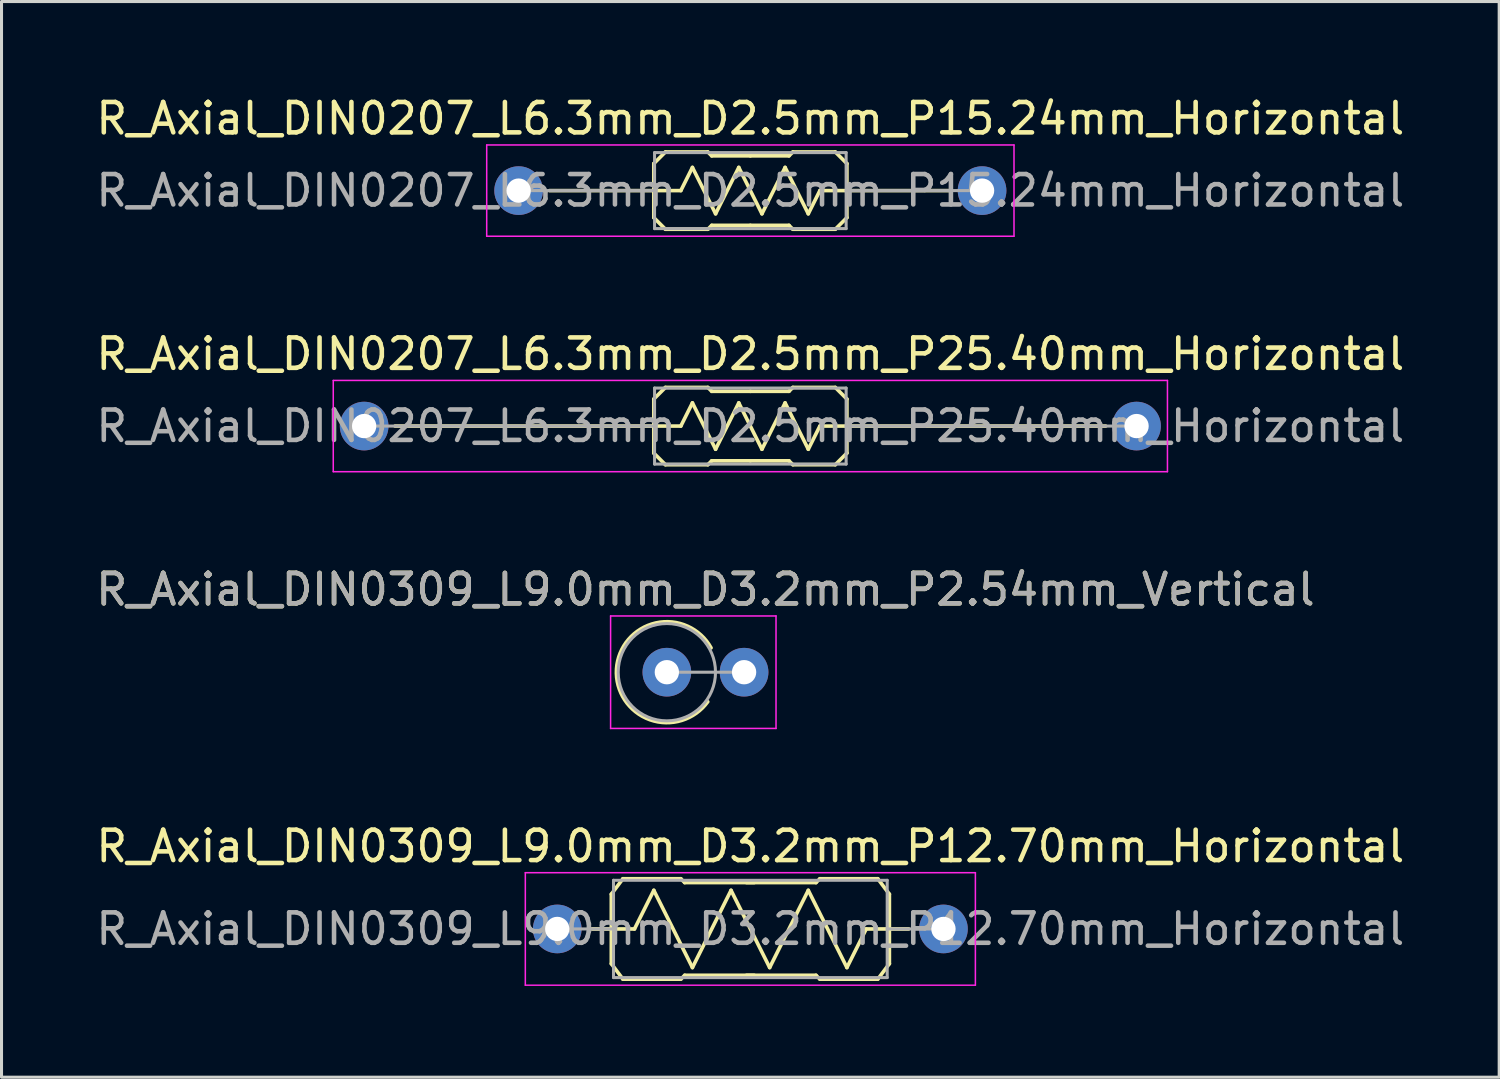
<source format=kicad_pcb>
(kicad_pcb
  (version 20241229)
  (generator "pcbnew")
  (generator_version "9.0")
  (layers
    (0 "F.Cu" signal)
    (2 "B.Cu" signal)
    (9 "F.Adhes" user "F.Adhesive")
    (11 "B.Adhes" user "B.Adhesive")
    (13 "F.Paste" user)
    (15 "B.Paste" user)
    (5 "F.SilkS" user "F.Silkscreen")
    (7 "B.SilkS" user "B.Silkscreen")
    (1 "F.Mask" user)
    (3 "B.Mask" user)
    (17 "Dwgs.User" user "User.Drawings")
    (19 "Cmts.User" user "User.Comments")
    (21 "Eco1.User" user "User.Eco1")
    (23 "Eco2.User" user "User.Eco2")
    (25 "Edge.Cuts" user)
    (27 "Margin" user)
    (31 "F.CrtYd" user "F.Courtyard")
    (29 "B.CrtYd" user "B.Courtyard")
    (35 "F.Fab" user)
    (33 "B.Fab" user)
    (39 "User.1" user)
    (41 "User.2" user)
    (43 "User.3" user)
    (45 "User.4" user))
  (footprint "R_Axial_DIN0309_L9.0mm_D3.2mm_P12.70mm_Horizontal"
    (layer "F.Cu")
    (at 15.275 27.498)
    (property "Reference" "R_Axial_DIN0309_L9.0mm_D3.2mm_P12.70mm_Horizontal" (at 6.35 -2.72 0) (layer "F.SilkS") (effects (font (size 1 1) (thickness 0.15))))
    (attr through_hole)
    (fp_line (start 1.778 -1.143) (end 2.159 -1.651) (stroke (width 0.12) (type solid)) (layer "F.SilkS"))
    (fp_line (start 1.778 0) (end 1.143 0) (stroke (width 0.12) (type solid)) (layer "F.SilkS"))
    (fp_line (start 1.778 1.143) (end 1.778 -1.143) (stroke (width 0.12) (type solid)) (layer "F.SilkS"))
    (fp_line (start 1.778 1.143) (end 2.159 1.651) (stroke (width 0.12) (type solid)) (layer "F.SilkS"))
    (fp_line (start 2.159 -1.651) (end 4.064 -1.651) (stroke (width 0.12) (type solid)) (layer "F.SilkS"))
    (fp_line (start 2.159 1.651) (end 4.064 1.651) (stroke (width 0.12) (type solid)) (layer "F.SilkS"))
    (fp_line (start 2.54 0) (end 1.778 0) (stroke (width 0.12) (type solid)) (layer "F.SilkS"))
    (fp_line (start 2.54 0) (end 3.175 -1.27) (stroke (width 0.12) (type solid)) (layer "F.SilkS"))
    (fp_line (start 3.175 -1.27) (end 4.445 1.27) (stroke (width 0.12) (type solid)) (layer "F.SilkS"))
    (fp_line (start 4.064 -1.651) (end 4.191 -1.524) (stroke (width 0.12) (type solid)) (layer "F.SilkS"))
    (fp_line (start 4.064 1.651) (end 4.191 1.524) (stroke (width 0.12) (type solid)) (layer "F.SilkS"))
    (fp_line (start 4.191 -1.524) (end 6.477 -1.524) (stroke (width 0.12) (type solid)) (layer "F.SilkS"))
    (fp_line (start 4.191 1.524) (end 6.477 1.524) (stroke (width 0.12) (type solid)) (layer "F.SilkS"))
    (fp_line (start 4.445 1.27) (end 5.715 -1.27) (stroke (width 0.12) (type solid)) (layer "F.SilkS"))
    (fp_line (start 5.715 -1.27) (end 6.985 1.27) (stroke (width 0.12) (type solid)) (layer "F.SilkS"))
    (fp_line (start 6.985 1.27) (end 8.255 -1.27) (stroke (width 0.12) (type solid)) (layer "F.SilkS"))
    (fp_line (start 8.255 -1.27) (end 9.525 1.27) (stroke (width 0.12) (type solid)) (layer "F.SilkS"))
    (fp_line (start 8.509 -1.524) (end 6.223 -1.524) (stroke (width 0.12) (type solid)) (layer "F.SilkS"))
    (fp_line (start 8.509 1.524) (end 6.223 1.524) (stroke (width 0.12) (type solid)) (layer "F.SilkS"))
    (fp_line (start 8.636 -1.651) (end 8.509 -1.524) (stroke (width 0.12) (type solid)) (layer "F.SilkS"))
    (fp_line (start 8.636 1.651) (end 8.509 1.524) (stroke (width 0.12) (type solid)) (layer "F.SilkS"))
    (fp_line (start 9.525 1.27) (end 10.16 0) (stroke (width 0.12) (type solid)) (layer "F.SilkS"))
    (fp_line (start 10.16 0) (end 10.922 0) (stroke (width 0.12) (type solid)) (layer "F.SilkS"))
    (fp_line (start 10.541 -1.651) (end 8.636 -1.651) (stroke (width 0.12) (type solid)) (layer "F.SilkS"))
    (fp_line (start 10.541 1.651) (end 8.636 1.651) (stroke (width 0.12) (type solid)) (layer "F.SilkS"))
    (fp_line (start 10.922 -1.143) (end 10.541 -1.651) (stroke (width 0.12) (type solid)) (layer "F.SilkS"))
    (fp_line (start 10.922 0) (end 11.557 0) (stroke (width 0.12) (type solid)) (layer "F.SilkS"))
    (fp_line (start 10.922 1.143) (end 10.541 1.651) (stroke (width 0.12) (type solid)) (layer "F.SilkS"))
    (fp_line (start 10.922 1.143) (end 10.922 -1.143) (stroke (width 0.12) (type solid)) (layer "F.SilkS"))
    (fp_line (start -1.05 -1.85) (end -1.05 1.85) (stroke (width 0.05) (type solid)) (layer "F.CrtYd"))
    (fp_line (start -1.05 1.85) (end 13.75 1.85) (stroke (width 0.05) (type solid)) (layer "F.CrtYd"))
    (fp_line (start 13.75 -1.85) (end -1.05 -1.85) (stroke (width 0.05) (type solid)) (layer "F.CrtYd"))
    (fp_line (start 13.75 1.85) (end 13.75 -1.85) (stroke (width 0.05) (type solid)) (layer "F.CrtYd"))
    (fp_line (start 0 0) (end 1.85 0) (stroke (width 0.1) (type solid)) (layer "F.Fab"))
    (fp_line (start 1.85 -1.6) (end 1.85 1.6) (stroke (width 0.1) (type solid)) (layer "F.Fab"))
    (fp_line (start 1.85 1.6) (end 10.85 1.6) (stroke (width 0.1) (type solid)) (layer "F.Fab"))
    (fp_line (start 10.85 -1.6) (end 1.85 -1.6) (stroke (width 0.1) (type solid)) (layer "F.Fab"))
    (fp_line (start 10.85 1.6) (end 10.85 -1.6) (stroke (width 0.1) (type solid)) (layer "F.Fab"))
    (fp_line (start 12.7 0) (end 10.85 0) (stroke (width 0.1) (type solid)) (layer "F.Fab"))
    (fp_text user "${REFERENCE}" (at 6.35 0 0) (layer "F.Fab") (effects (font (size 1 1) (thickness 0.15))))
    (pad "1" thru_hole circle (at 0 0) (size 1.6 1.6) (drill 0.8) (layers "*.Cu" "*.Mask"))
    (pad "2" thru_hole oval (at 12.7 0) (size 1.6 1.6) (drill 0.8) (layers "*.Cu" "*.Mask")))
  (footprint "R_Axial_DIN0207_L6.3mm_D2.5mm_P25.40mm_Horizontal"
    (layer "F.Cu")
    (at 11.465 10.961)
    (property "Reference" "R_Axial_DIN0207_L6.3mm_D2.5mm_P25.40mm_Horizontal" (at 10.16 -2.37 0) (layer "F.SilkS") (effects (font (size 1 1) (thickness 0.15))))
    (attr through_hole)
    (fp_line (start 6.985 -0.889) (end 6.985 0.889) (stroke (width 0.12) (type solid)) (layer "F.SilkS"))
    (fp_line (start 6.985 -0.889) (end 7.366 -1.27) (stroke (width 0.12) (type solid)) (layer "F.SilkS"))
    (fp_line (start 6.985 0) (end -1.524 0) (stroke (width 0.12) (type solid)) (layer "F.SilkS"))
    (fp_line (start 6.985 0.889) (end 7.366 1.27) (stroke (width 0.12) (type solid)) (layer "F.SilkS"))
    (fp_line (start 7.366 -1.27) (end 8.763 -1.27) (stroke (width 0.12) (type solid)) (layer "F.SilkS"))
    (fp_line (start 7.366 1.27) (end 8.763 1.27) (stroke (width 0.12) (type solid)) (layer "F.SilkS"))
    (fp_line (start 7.874 0) (end 6.985 0) (stroke (width 0.12) (type solid)) (layer "F.SilkS"))
    (fp_line (start 7.874 0) (end 8.255 -0.762) (stroke (width 0.12) (type solid)) (layer "F.SilkS"))
    (fp_line (start 8.255 -0.762) (end 9.017 0.762) (stroke (width 0.12) (type solid)) (layer "F.SilkS"))
    (fp_line (start 8.763 -1.27) (end 8.89 -1.143) (stroke (width 0.12) (type solid)) (layer "F.SilkS"))
    (fp_line (start 8.763 1.27) (end 8.89 1.143) (stroke (width 0.12) (type solid)) (layer "F.SilkS"))
    (fp_line (start 8.89 -1.143) (end 10.16 -1.143) (stroke (width 0.12) (type solid)) (layer "F.SilkS"))
    (fp_line (start 8.89 1.143) (end 10.16 1.143) (stroke (width 0.12) (type solid)) (layer "F.SilkS"))
    (fp_line (start 9.017 0.762) (end 9.779 -0.762) (stroke (width 0.12) (type solid)) (layer "F.SilkS"))
    (fp_line (start 9.779 -0.762) (end 10.541 0.762) (stroke (width 0.12) (type solid)) (layer "F.SilkS"))
    (fp_line (start 10.541 0.762) (end 11.303 -0.762) (stroke (width 0.12) (type solid)) (layer "F.SilkS"))
    (fp_line (start 11.303 -0.762) (end 12.065 0.762) (stroke (width 0.12) (type solid)) (layer "F.SilkS"))
    (fp_line (start 11.43 -1.143) (end 10.16 -1.143) (stroke (width 0.12) (type solid)) (layer "F.SilkS"))
    (fp_line (start 11.43 1.143) (end 10.16 1.143) (stroke (width 0.12) (type solid)) (layer "F.SilkS"))
    (fp_line (start 11.557 -1.27) (end 11.43 -1.143) (stroke (width 0.12) (type solid)) (layer "F.SilkS"))
    (fp_line (start 11.557 1.27) (end 11.43 1.143) (stroke (width 0.12) (type solid)) (layer "F.SilkS"))
    (fp_line (start 12.065 0.762) (end 12.446 0) (stroke (width 0.12) (type solid)) (layer "F.SilkS"))
    (fp_line (start 12.954 -1.27) (end 11.557 -1.27) (stroke (width 0.12) (type solid)) (layer "F.SilkS"))
    (fp_line (start 12.954 1.27) (end 11.557 1.27) (stroke (width 0.12) (type solid)) (layer "F.SilkS"))
    (fp_line (start 13.335 -0.889) (end 12.954 -1.27) (stroke (width 0.12) (type solid)) (layer "F.SilkS"))
    (fp_line (start 13.335 -0.889) (end 13.335 0.889) (stroke (width 0.12) (type solid)) (layer "F.SilkS"))
    (fp_line (start 13.335 0) (end 12.446 0) (stroke (width 0.12) (type solid)) (layer "F.SilkS"))
    (fp_line (start 13.335 0) (end 21.844 0) (stroke (width 0.12) (type solid)) (layer "F.SilkS"))
    (fp_line (start 13.335 0.889) (end 12.954 1.27) (stroke (width 0.12) (type solid)) (layer "F.SilkS"))
    (fp_line (start -3.556 -1.5) (end -3.556 1.5) (stroke (width 0.05) (type solid)) (layer "F.CrtYd"))
    (fp_line (start -3.556 1.5) (end 23.876 1.5) (stroke (width 0.05) (type solid)) (layer "F.CrtYd"))
    (fp_line (start 23.876 -1.5) (end -3.556 -1.5) (stroke (width 0.05) (type solid)) (layer "F.CrtYd"))
    (fp_line (start 23.876 1.5) (end 23.876 -1.5) (stroke (width 0.05) (type solid)) (layer "F.CrtYd"))
    (fp_line (start -2.54 0) (end 7.01 0) (stroke (width 0.1) (type solid)) (layer "F.Fab"))
    (fp_line (start 7.01 -1.25) (end 7.01 1.25) (stroke (width 0.1) (type solid)) (layer "F.Fab"))
    (fp_line (start 7.01 1.25) (end 13.31 1.25) (stroke (width 0.1) (type solid)) (layer "F.Fab"))
    (fp_line (start 13.31 -1.25) (end 7.01 -1.25) (stroke (width 0.1) (type solid)) (layer "F.Fab"))
    (fp_line (start 13.31 1.25) (end 13.31 -1.25) (stroke (width 0.1) (type solid)) (layer "F.Fab"))
    (fp_line (start 22.86 0) (end 13.31 0) (stroke (width 0.1) (type solid)) (layer "F.Fab"))
    (fp_text user "${REFERENCE}" (at 10.16 0 0) (layer "F.Fab") (effects (font (size 1 1) (thickness 0.15))))
    (pad "1" thru_hole circle (at -2.54 0) (size 1.6 1.6) (drill 0.8) (layers "*.Cu" "*.Mask"))
    (pad "2" thru_hole oval (at 22.86 0) (size 1.6 1.6) (drill 0.8) (layers "*.Cu" "*.Mask")))
  (footprint "R_Axial_DIN0207_L6.3mm_D2.5mm_P15.24mm_Horizontal"
    (layer "F.Cu")
    (at 14.005 3.218)
    (property "Reference" "R_Axial_DIN0207_L6.3mm_D2.5mm_P15.24mm_Horizontal" (at 7.62 -2.37 0) (layer "F.SilkS") (effects (font (size 1 1) (thickness 0.15))))
    (attr through_hole)
    (fp_line (start 4.445 -0.889) (end 4.445 0.889) (stroke (width 0.12) (type solid)) (layer "F.SilkS"))
    (fp_line (start 4.445 -0.889) (end 4.826 -1.27) (stroke (width 0.12) (type solid)) (layer "F.SilkS"))
    (fp_line (start 4.445 0) (end 1.016 0) (stroke (width 0.12) (type solid)) (layer "F.SilkS"))
    (fp_line (start 4.445 0.889) (end 4.826 1.27) (stroke (width 0.12) (type solid)) (layer "F.SilkS"))
    (fp_line (start 4.826 -1.27) (end 6.223 -1.27) (stroke (width 0.12) (type solid)) (layer "F.SilkS"))
    (fp_line (start 4.826 1.27) (end 6.223 1.27) (stroke (width 0.12) (type solid)) (layer "F.SilkS"))
    (fp_line (start 5.334 0) (end 4.445 0) (stroke (width 0.12) (type solid)) (layer "F.SilkS"))
    (fp_line (start 5.334 0) (end 5.715 -0.762) (stroke (width 0.12) (type solid)) (layer "F.SilkS"))
    (fp_line (start 5.715 -0.762) (end 6.477 0.762) (stroke (width 0.12) (type solid)) (layer "F.SilkS"))
    (fp_line (start 6.223 -1.27) (end 6.35 -1.143) (stroke (width 0.12) (type solid)) (layer "F.SilkS"))
    (fp_line (start 6.223 1.27) (end 6.35 1.143) (stroke (width 0.12) (type solid)) (layer "F.SilkS"))
    (fp_line (start 6.35 -1.143) (end 7.62 -1.143) (stroke (width 0.12) (type solid)) (layer "F.SilkS"))
    (fp_line (start 6.35 1.143) (end 7.62 1.143) (stroke (width 0.12) (type solid)) (layer "F.SilkS"))
    (fp_line (start 6.477 0.762) (end 7.239 -0.762) (stroke (width 0.12) (type solid)) (layer "F.SilkS"))
    (fp_line (start 7.239 -0.762) (end 8.001 0.762) (stroke (width 0.12) (type solid)) (layer "F.SilkS"))
    (fp_line (start 8.001 0.762) (end 8.763 -0.762) (stroke (width 0.12) (type solid)) (layer "F.SilkS"))
    (fp_line (start 8.763 -0.762) (end 9.525 0.762) (stroke (width 0.12) (type solid)) (layer "F.SilkS"))
    (fp_line (start 8.89 -1.143) (end 7.62 -1.143) (stroke (width 0.12) (type solid)) (layer "F.SilkS"))
    (fp_line (start 8.89 1.143) (end 7.62 1.143) (stroke (width 0.12) (type solid)) (layer "F.SilkS"))
    (fp_line (start 9.017 -1.27) (end 8.89 -1.143) (stroke (width 0.12) (type solid)) (layer "F.SilkS"))
    (fp_line (start 9.017 1.27) (end 8.89 1.143) (stroke (width 0.12) (type solid)) (layer "F.SilkS"))
    (fp_line (start 9.525 0.762) (end 9.906 0) (stroke (width 0.12) (type solid)) (layer "F.SilkS"))
    (fp_line (start 10.414 -1.27) (end 9.017 -1.27) (stroke (width 0.12) (type solid)) (layer "F.SilkS"))
    (fp_line (start 10.414 1.27) (end 9.017 1.27) (stroke (width 0.12) (type solid)) (layer "F.SilkS"))
    (fp_line (start 10.795 -0.889) (end 10.414 -1.27) (stroke (width 0.12) (type solid)) (layer "F.SilkS"))
    (fp_line (start 10.795 -0.889) (end 10.795 0.889) (stroke (width 0.12) (type solid)) (layer "F.SilkS"))
    (fp_line (start 10.795 0) (end 9.906 0) (stroke (width 0.12) (type solid)) (layer "F.SilkS"))
    (fp_line (start 10.795 0) (end 14.224 0) (stroke (width 0.12) (type solid)) (layer "F.SilkS"))
    (fp_line (start 10.795 0.889) (end 10.414 1.27) (stroke (width 0.12) (type solid)) (layer "F.SilkS"))
    (fp_line (start -1.05 -1.5) (end -1.05 1.5) (stroke (width 0.05) (type solid)) (layer "F.CrtYd"))
    (fp_line (start -1.05 1.5) (end 16.29 1.5) (stroke (width 0.05) (type solid)) (layer "F.CrtYd"))
    (fp_line (start 16.29 -1.5) (end -1.05 -1.5) (stroke (width 0.05) (type solid)) (layer "F.CrtYd"))
    (fp_line (start 16.29 1.5) (end 16.29 -1.5) (stroke (width 0.05) (type solid)) (layer "F.CrtYd"))
    (fp_line (start 0 0) (end 4.47 0) (stroke (width 0.1) (type solid)) (layer "F.Fab"))
    (fp_line (start 4.47 -1.25) (end 4.47 1.25) (stroke (width 0.1) (type solid)) (layer "F.Fab"))
    (fp_line (start 4.47 1.25) (end 10.77 1.25) (stroke (width 0.1) (type solid)) (layer "F.Fab"))
    (fp_line (start 10.77 -1.25) (end 4.47 -1.25) (stroke (width 0.1) (type solid)) (layer "F.Fab"))
    (fp_line (start 10.77 1.25) (end 10.77 -1.25) (stroke (width 0.1) (type solid)) (layer "F.Fab"))
    (fp_line (start 15.24 0) (end 10.77 0) (stroke (width 0.1) (type solid)) (layer "F.Fab"))
    (fp_text user "${REFERENCE}" (at 7.62 0 0) (layer "F.Fab") (effects (font (size 1 1) (thickness 0.15))))
    (pad "1" thru_hole circle (at 0 0) (size 1.6 1.6) (drill 0.8) (layers "*.Cu" "*.Mask"))
    (pad "2" thru_hole oval (at 15.24 0) (size 1.6 1.6) (drill 0.8) (layers "*.Cu" "*.Mask")))
  (footprint "R_Axial_DIN0309_L9.0mm_D3.2mm_P2.54mm_Vertical"
    (layer "F.Cu")
    (at 18.879 19.055)
    (property "Reference" "R_Axial_DIN0309_L9.0mm_D3.2mm_P2.54mm_Vertical" (at 1.27 -2.72 0) (layer "F.SilkS") (effects (font (size 1 1) (thickness 0.15))))
    (attr through_hole)
    (fp_arc (start 1.344775 0.97138) (mid -1.655812 -0.101418) (end 1.453272 -0.8) (stroke (width 0.12) (type solid)) (layer "F.SilkS"))
    (fp_line (start -1.85 -1.85) (end -1.85 1.85) (stroke (width 0.05) (type solid)) (layer "F.CrtYd"))
    (fp_line (start -1.85 1.85) (end 3.59 1.85) (stroke (width 0.05) (type solid)) (layer "F.CrtYd"))
    (fp_line (start 3.59 -1.85) (end -1.85 -1.85) (stroke (width 0.05) (type solid)) (layer "F.CrtYd"))
    (fp_line (start 3.59 1.85) (end 3.59 -1.85) (stroke (width 0.05) (type solid)) (layer "F.CrtYd"))
    (fp_line (start 0 0) (end 2.54 0) (stroke (width 0.1) (type solid)) (layer "F.Fab"))
    (fp_circle (center 0 0) (end 1.6 0) (stroke (width 0.1) (type solid)) (fill no) (layer "F.Fab"))
    (fp_text user "${REFERENCE}" (at 1.27 -2.72 0) (layer "F.Fab") (effects (font (size 1 1) (thickness 0.15))))
    (pad "1" thru_hole circle (at 0 0) (size 1.6 1.6) (drill 0.8) (layers "*.Cu" "*.Mask"))
    (pad "2" thru_hole oval (at 2.54 0) (size 1.6 1.6) (drill 0.8) (layers "*.Cu" "*.Mask")))
  (gr_rect
    (start -3 -3)
    (end 46.25 32.373)
    (stroke (width 0.1) (type default))
    (fill no)
    (layer "Edge.Cuts")))
</source>
